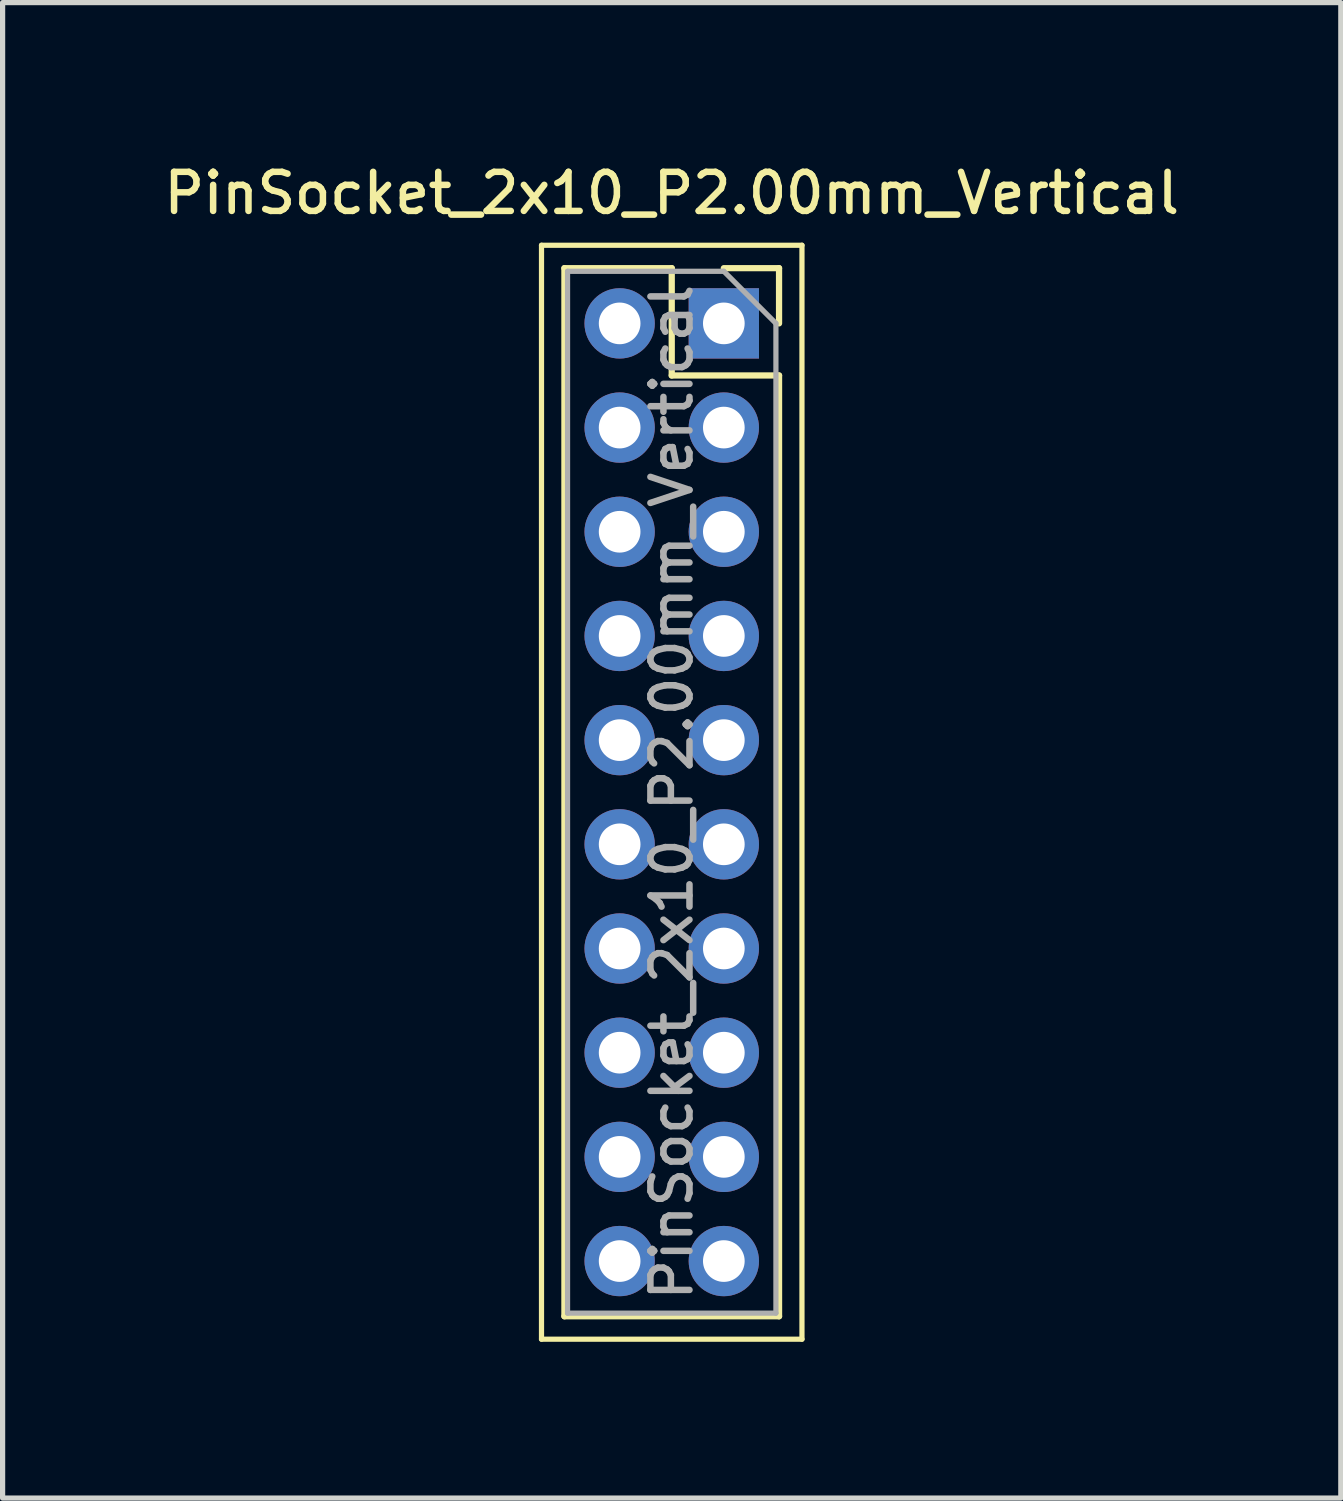
<source format=kicad_pcb>
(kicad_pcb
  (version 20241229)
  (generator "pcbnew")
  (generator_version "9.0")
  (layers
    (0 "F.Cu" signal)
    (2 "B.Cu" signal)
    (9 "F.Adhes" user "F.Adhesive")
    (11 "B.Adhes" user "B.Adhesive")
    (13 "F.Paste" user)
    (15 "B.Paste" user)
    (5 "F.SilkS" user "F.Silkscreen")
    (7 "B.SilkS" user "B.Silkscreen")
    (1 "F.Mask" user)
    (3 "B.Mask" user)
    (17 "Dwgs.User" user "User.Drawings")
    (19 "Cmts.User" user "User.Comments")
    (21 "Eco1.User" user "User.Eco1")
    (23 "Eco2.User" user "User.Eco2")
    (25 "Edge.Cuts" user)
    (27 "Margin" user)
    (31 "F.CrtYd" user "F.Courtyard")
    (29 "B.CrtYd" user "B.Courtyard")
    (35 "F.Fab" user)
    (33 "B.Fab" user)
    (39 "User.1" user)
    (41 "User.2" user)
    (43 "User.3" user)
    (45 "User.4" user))
  (footprint "PinSocket_2x10_P2.00mm_Vertical"
    (layer "F.Cu")
    (at 10.845 3.158)
    (property "Reference" "PinSocket_2x10_P2.00mm_Vertical" (at -1 -2.5 0) (layer "F.SilkS") (effects (font (size 0.75 0.75) (thickness 0.125))))
    (attr through_hole)
    (fp_line (start -3.5 -1.5) (end 1.5 -1.5) (stroke (width 0.1) (type solid)) (layer "F.SilkS"))
    (fp_line (start -3.5 19.5) (end -3.5 -1.5) (stroke (width 0.1) (type solid)) (layer "F.SilkS"))
    (fp_line (start -3.06 -1.06) (end -3.06 19.06) (stroke (width 0.12) (type solid)) (layer "F.SilkS"))
    (fp_line (start -3.06 -1.06) (end -1 -1.06) (stroke (width 0.12) (type solid)) (layer "F.SilkS"))
    (fp_line (start -3.06 19.06) (end 1.06 19.06) (stroke (width 0.12) (type solid)) (layer "F.SilkS"))
    (fp_line (start -1 -1.06) (end -1 1) (stroke (width 0.12) (type solid)) (layer "F.SilkS"))
    (fp_line (start -1 1) (end 1.06 1) (stroke (width 0.12) (type solid)) (layer "F.SilkS"))
    (fp_line (start 0 -1.06) (end 1.06 -1.06) (stroke (width 0.12) (type solid)) (layer "F.SilkS"))
    (fp_line (start 1.06 -1.06) (end 1.06 0) (stroke (width 0.12) (type solid)) (layer "F.SilkS"))
    (fp_line (start 1.06 1) (end 1.06 19.06) (stroke (width 0.12) (type solid)) (layer "F.SilkS"))
    (fp_line (start 1.5 -1.5) (end 1.5 19.5) (stroke (width 0.1) (type solid)) (layer "F.SilkS"))
    (fp_line (start 1.5 19.5) (end -3.5 19.5) (stroke (width 0.1) (type solid)) (layer "F.SilkS"))
    (fp_line (start -3 -1) (end 0 -1) (stroke (width 0.1) (type solid)) (layer "F.Fab"))
    (fp_line (start -3 19) (end -3 -1) (stroke (width 0.1) (type solid)) (layer "F.Fab"))
    (fp_line (start 0 -1) (end 1 0) (stroke (width 0.1) (type solid)) (layer "F.Fab"))
    (fp_line (start 1 0) (end 1 19) (stroke (width 0.1) (type solid)) (layer "F.Fab"))
    (fp_line (start 1 19) (end -3 19) (stroke (width 0.1) (type solid)) (layer "F.Fab"))
    (fp_text user "${REFERENCE}" (at -1 9 90) (layer "F.Fab") (effects (font (size 0.75 0.75) (thickness 0.125))))
    (pad "1" thru_hole rect (at 0 0) (size 1.35 1.35) (drill 0.8) (layers "*.Cu" "*.Mask"))
    (pad "2" thru_hole oval (at -2 0) (size 1.35 1.35) (drill 0.8) (layers "*.Cu" "*.Mask"))
    (pad "3" thru_hole oval (at 0 2) (size 1.35 1.35) (drill 0.8) (layers "*.Cu" "*.Mask"))
    (pad "4" thru_hole oval (at -2 2) (size 1.35 1.35) (drill 0.8) (layers "*.Cu" "*.Mask"))
    (pad "5" thru_hole oval (at 0 4) (size 1.35 1.35) (drill 0.8) (layers "*.Cu" "*.Mask"))
    (pad "6" thru_hole oval (at -2 4) (size 1.35 1.35) (drill 0.8) (layers "*.Cu" "*.Mask"))
    (pad "7" thru_hole oval (at 0 6) (size 1.35 1.35) (drill 0.8) (layers "*.Cu" "*.Mask"))
    (pad "8" thru_hole oval (at -2 6) (size 1.35 1.35) (drill 0.8) (layers "*.Cu" "*.Mask"))
    (pad "9" thru_hole oval (at 0 8) (size 1.35 1.35) (drill 0.8) (layers "*.Cu" "*.Mask"))
    (pad "10" thru_hole oval (at -2 8) (size 1.35 1.35) (drill 0.8) (layers "*.Cu" "*.Mask"))
    (pad "11" thru_hole oval (at 0 10) (size 1.35 1.35) (drill 0.8) (layers "*.Cu" "*.Mask"))
    (pad "12" thru_hole oval (at -2 10) (size 1.35 1.35) (drill 0.8) (layers "*.Cu" "*.Mask"))
    (pad "13" thru_hole oval (at 0 12) (size 1.35 1.35) (drill 0.8) (layers "*.Cu" "*.Mask"))
    (pad "14" thru_hole oval (at -2 12) (size 1.35 1.35) (drill 0.8) (layers "*.Cu" "*.Mask"))
    (pad "15" thru_hole oval (at 0 14) (size 1.35 1.35) (drill 0.8) (layers "*.Cu" "*.Mask"))
    (pad "16" thru_hole oval (at -2 14) (size 1.35 1.35) (drill 0.8) (layers "*.Cu" "*.Mask"))
    (pad "17" thru_hole oval (at 0 16) (size 1.35 1.35) (drill 0.8) (layers "*.Cu" "*.Mask"))
    (pad "18" thru_hole oval (at -2 16) (size 1.35 1.35) (drill 0.8) (layers "*.Cu" "*.Mask"))
    (pad "19" thru_hole oval (at 0 18) (size 1.35 1.35) (drill 0.8) (layers "*.Cu" "*.Mask"))
    (pad "20" thru_hole oval (at -2 18) (size 1.35 1.35) (drill 0.8) (layers "*.Cu" "*.Mask")))
  (gr_rect
    (start -3 -3)
    (end 22.689 25.708)
    (stroke (width 0.1) (type default))
    (fill no)
    (layer "Edge.Cuts")))
</source>
